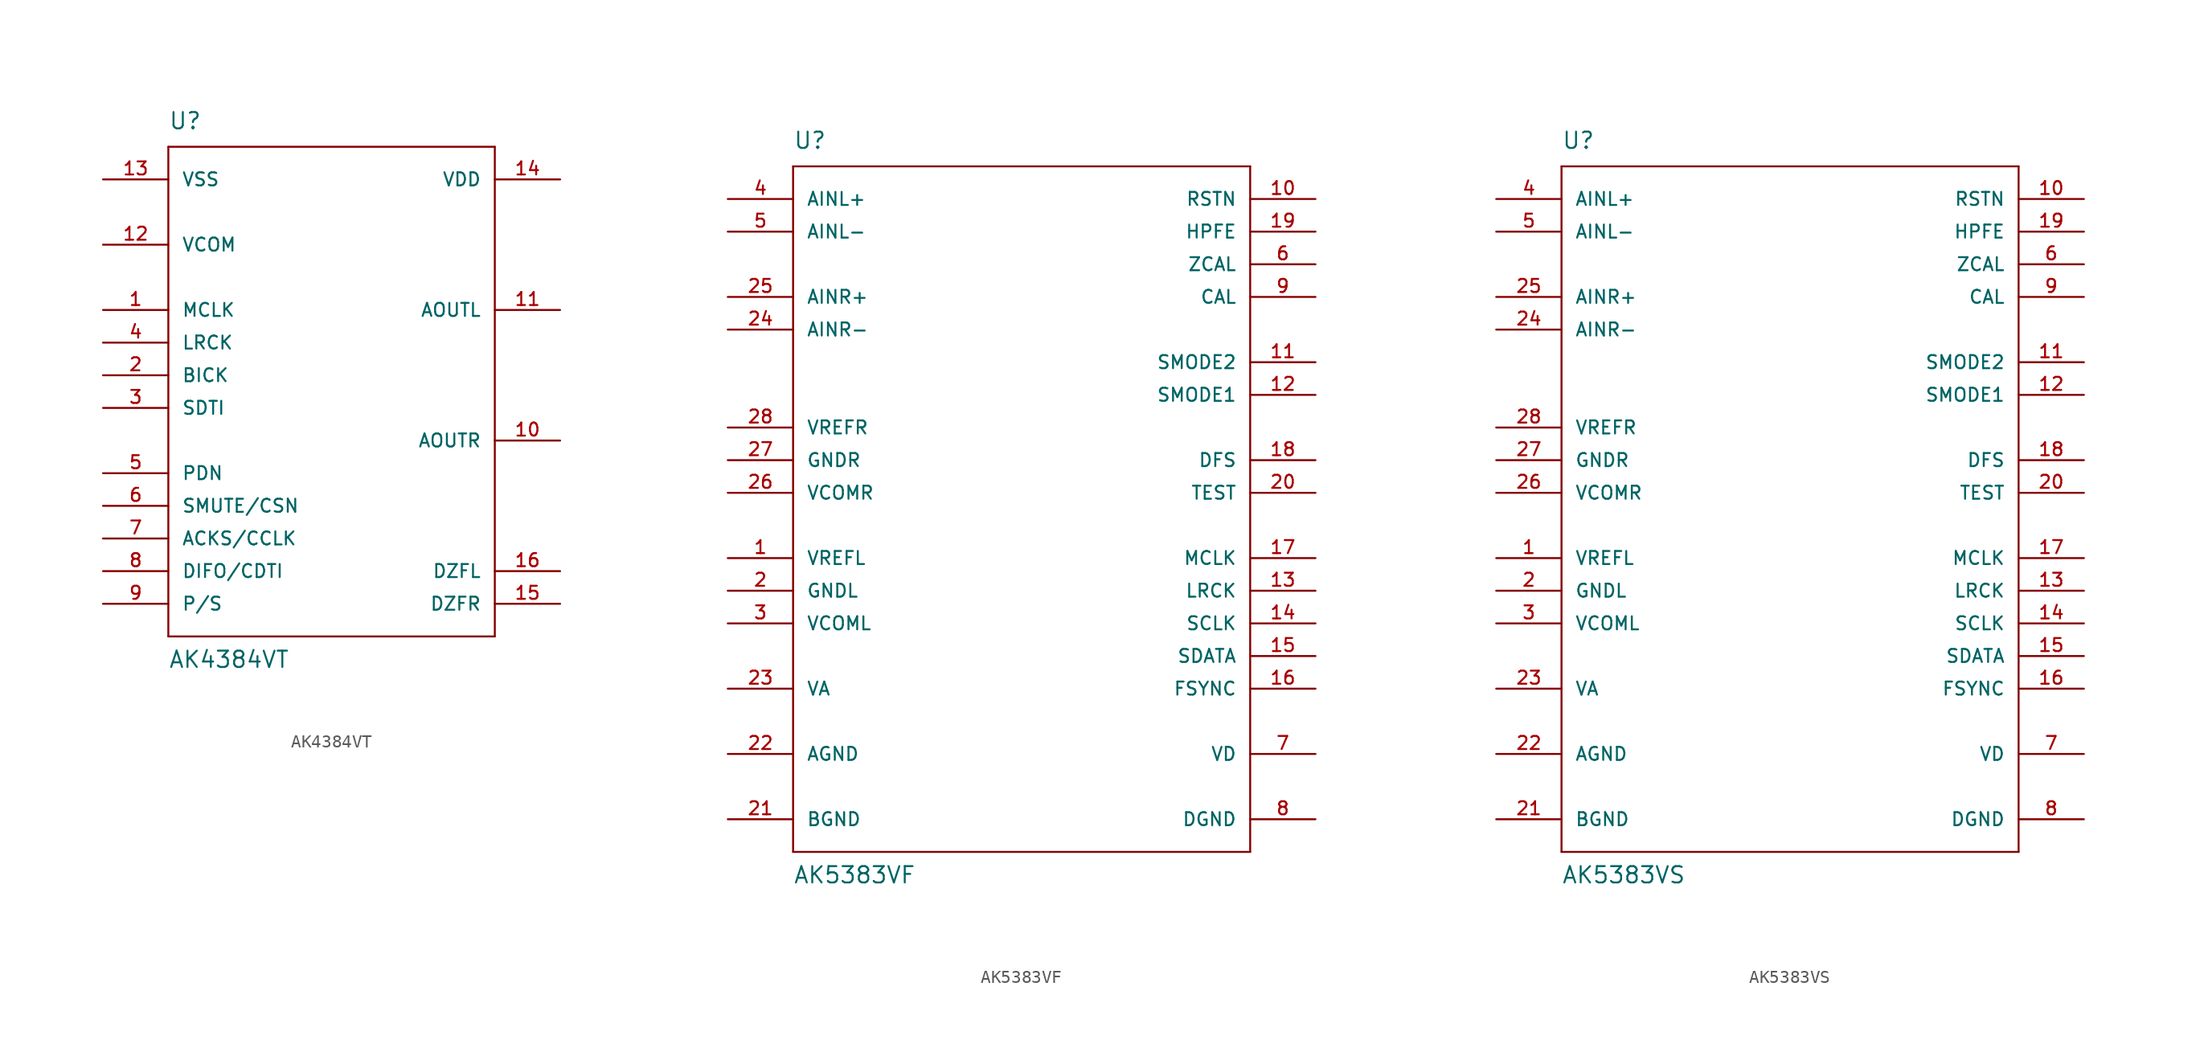
<source format=kicad_sym>
(kicad_symbol_lib
  (version 20211014)
  (generator kicad_symbol_editor)
  (symbol "AK4384VT"
    (pin_names
      (offset 1.016))
    (property "Reference" "U"
      (at -12.7 19.05 0)
      (effects (font (size 1.27 1.27)) (justify left bottom)))
    (property "Value" "AK4384VT"
      (at -12.7 -22.86 0)
      (effects (font (size 1.27 1.27)) (justify left bottom)))
    (property "ki_locked" ""
      (at 0 0 0)
      (effects (font (size 1.27 1.27))))
    (symbol "AK4384VT_1_0"
      (polyline (pts (xy -12.7 -20.32) (xy -12.7 17.78)) (stroke (width 0) (type default) (color 0 0 0 0)) (fill (type none)))
      (polyline (pts (xy -12.7 17.78) (xy 12.7 17.78)) (stroke (width 0) (type default) (color 0 0 0 0)) (fill (type none)))
      (polyline (pts (xy 12.7 -20.32) (xy -12.7 -20.32)) (stroke (width 0) (type default) (color 0 0 0 0)) (fill (type none)))
      (polyline (pts (xy 12.7 17.78) (xy 12.7 -20.32)) (stroke (width 0) (type default) (color 0 0 0 0)) (fill (type none))))
    (symbol "AK4384VT_1_1"
      (pin input line (at -17.78 5.08 0) (length 5.08) (name "MCLK" (effects (font (size 1.016 1.016)))) (number "1" (effects (font (size 1.016 1.016)))))
      (pin passive line (at 17.78 -5.08 180) (length 5.08) (name "AOUTR" (effects (font (size 1.016 1.016)))) (number "10" (effects (font (size 1.016 1.016)))))
      (pin passive line (at 17.78 5.08 180) (length 5.08) (name "AOUTL" (effects (font (size 1.016 1.016)))) (number "11" (effects (font (size 1.016 1.016)))))
      (pin passive line (at -17.78 10.16 0) (length 5.08) (name "VCOM" (effects (font (size 1.016 1.016)))) (number "12" (effects (font (size 1.016 1.016)))))
      (pin power_in line (at -17.78 15.24 0) (length 5.08) (name "VSS" (effects (font (size 1.016 1.016)))) (number "13" (effects (font (size 1.016 1.016)))))
      (pin power_in line (at 17.78 15.24 180) (length 5.08) (name "VDD" (effects (font (size 1.016 1.016)))) (number "14" (effects (font (size 1.016 1.016)))))
      (pin output line (at 17.78 -17.78 180) (length 5.08) (name "DZFR" (effects (font (size 1.016 1.016)))) (number "15" (effects (font (size 1.016 1.016)))))
      (pin output line (at 17.78 -15.24 180) (length 5.08) (name "DZFL" (effects (font (size 1.016 1.016)))) (number "16" (effects (font (size 1.016 1.016)))))
      (pin input line (at -17.78 0 0) (length 5.08) (name "BICK" (effects (font (size 1.016 1.016)))) (number "2" (effects (font (size 1.016 1.016)))))
      (pin input line (at -17.78 -2.54 0) (length 5.08) (name "SDTI" (effects (font (size 1.016 1.016)))) (number "3" (effects (font (size 1.016 1.016)))))
      (pin input line (at -17.78 2.54 0) (length 5.08) (name "LRCK" (effects (font (size 1.016 1.016)))) (number "4" (effects (font (size 1.016 1.016)))))
      (pin input line (at -17.78 -7.62 0) (length 5.08) (name "PDN" (effects (font (size 1.016 1.016)))) (number "5" (effects (font (size 1.016 1.016)))))
      (pin input line (at -17.78 -10.16 0) (length 5.08) (name "SMUTE/CSN" (effects (font (size 1.016 1.016)))) (number "6" (effects (font (size 1.016 1.016)))))
      (pin input line (at -17.78 -12.7 0) (length 5.08) (name "ACKS/CCLK" (effects (font (size 1.016 1.016)))) (number "7" (effects (font (size 1.016 1.016)))))
      (pin input line (at -17.78 -15.24 0) (length 5.08) (name "DIFO/CDTI" (effects (font (size 1.016 1.016)))) (number "8" (effects (font (size 1.016 1.016)))))
      (pin input line (at -17.78 -17.78 0) (length 5.08) (name "P/S" (effects (font (size 1.016 1.016)))) (number "9" (effects (font (size 1.016 1.016)))))))
  (symbol "AK5383VF"
    (pin_names
      (offset 1.016))
    (property "Reference" "U"
      (at -17.78 26.67 0)
      (effects (font (size 1.27 1.27)) (justify left bottom)))
    (property "Value" "AK5383VF"
      (at -17.78 -30.48 0)
      (effects (font (size 1.27 1.27)) (justify left bottom)))
    (property "ki_locked" ""
      (at 0 0 0)
      (effects (font (size 1.27 1.27))))
    (symbol "AK5383VF_1_0"
      (polyline (pts (xy -17.78 -27.94) (xy -17.78 25.4)) (stroke (width 0) (type default) (color 0 0 0 0)) (fill (type none)))
      (polyline (pts (xy -17.78 25.4) (xy 17.78 25.4)) (stroke (width 0) (type default) (color 0 0 0 0)) (fill (type none)))
      (polyline (pts (xy 17.78 -27.94) (xy -17.78 -27.94)) (stroke (width 0) (type default) (color 0 0 0 0)) (fill (type none)))
      (polyline (pts (xy 17.78 25.4) (xy 17.78 -27.94)) (stroke (width 0) (type default) (color 0 0 0 0)) (fill (type none))))
    (symbol "AK5383VF_1_1"
      (pin output line (at -22.86 -5.08 0) (length 5.08) (name "VREFL" (effects (font (size 1.016 1.016)))) (number "1" (effects (font (size 1.016 1.016)))))
      (pin input line (at 22.86 22.86 180) (length 5.08) (name "RSTN" (effects (font (size 1.016 1.016)))) (number "10" (effects (font (size 1.016 1.016)))))
      (pin input line (at 22.86 10.16 180) (length 5.08) (name "SMODE2" (effects (font (size 1.016 1.016)))) (number "11" (effects (font (size 1.016 1.016)))))
      (pin input line (at 22.86 7.62 180) (length 5.08) (name "SMODE1" (effects (font (size 1.016 1.016)))) (number "12" (effects (font (size 1.016 1.016)))))
      (pin bidirectional line (at 22.86 -7.62 180) (length 5.08) (name "LRCK" (effects (font (size 1.016 1.016)))) (number "13" (effects (font (size 1.016 1.016)))))
      (pin bidirectional line (at 22.86 -10.16 180) (length 5.08) (name "SCLK" (effects (font (size 1.016 1.016)))) (number "14" (effects (font (size 1.016 1.016)))))
      (pin output line (at 22.86 -12.7 180) (length 5.08) (name "SDATA" (effects (font (size 1.016 1.016)))) (number "15" (effects (font (size 1.016 1.016)))))
      (pin bidirectional line (at 22.86 -15.24 180) (length 5.08) (name "FSYNC" (effects (font (size 1.016 1.016)))) (number "16" (effects (font (size 1.016 1.016)))))
      (pin input line (at 22.86 -5.08 180) (length 5.08) (name "MCLK" (effects (font (size 1.016 1.016)))) (number "17" (effects (font (size 1.016 1.016)))))
      (pin input line (at 22.86 2.54 180) (length 5.08) (name "DFS" (effects (font (size 1.016 1.016)))) (number "18" (effects (font (size 1.016 1.016)))))
      (pin input line (at 22.86 20.32 180) (length 5.08) (name "HPFE" (effects (font (size 1.016 1.016)))) (number "19" (effects (font (size 1.016 1.016)))))
      (pin passive line (at -22.86 -7.62 0) (length 5.08) (name "GNDL" (effects (font (size 1.016 1.016)))) (number "2" (effects (font (size 1.016 1.016)))))
      (pin input line (at 22.86 0 180) (length 5.08) (name "TEST" (effects (font (size 1.016 1.016)))) (number "20" (effects (font (size 1.016 1.016)))))
      (pin power_in line (at -22.86 -25.4 0) (length 5.08) (name "BGND" (effects (font (size 1.016 1.016)))) (number "21" (effects (font (size 1.016 1.016)))))
      (pin power_in line (at -22.86 -20.32 0) (length 5.08) (name "AGND" (effects (font (size 1.016 1.016)))) (number "22" (effects (font (size 1.016 1.016)))))
      (pin power_in line (at -22.86 -15.24 0) (length 5.08) (name "VA" (effects (font (size 1.016 1.016)))) (number "23" (effects (font (size 1.016 1.016)))))
      (pin input line (at -22.86 12.7 0) (length 5.08) (name "AINR-" (effects (font (size 1.016 1.016)))) (number "24" (effects (font (size 1.016 1.016)))))
      (pin input line (at -22.86 15.24 0) (length 5.08) (name "AINR+" (effects (font (size 1.016 1.016)))) (number "25" (effects (font (size 1.016 1.016)))))
      (pin output line (at -22.86 0 0) (length 5.08) (name "VCOMR" (effects (font (size 1.016 1.016)))) (number "26" (effects (font (size 1.016 1.016)))))
      (pin passive line (at -22.86 2.54 0) (length 5.08) (name "GNDR" (effects (font (size 1.016 1.016)))) (number "27" (effects (font (size 1.016 1.016)))))
      (pin output line (at -22.86 5.08 0) (length 5.08) (name "VREFR" (effects (font (size 1.016 1.016)))) (number "28" (effects (font (size 1.016 1.016)))))
      (pin output line (at -22.86 -10.16 0) (length 5.08) (name "VCOML" (effects (font (size 1.016 1.016)))) (number "3" (effects (font (size 1.016 1.016)))))
      (pin input line (at -22.86 22.86 0) (length 5.08) (name "AINL+" (effects (font (size 1.016 1.016)))) (number "4" (effects (font (size 1.016 1.016)))))
      (pin input line (at -22.86 20.32 0) (length 5.08) (name "AINL-" (effects (font (size 1.016 1.016)))) (number "5" (effects (font (size 1.016 1.016)))))
      (pin input line (at 22.86 17.78 180) (length 5.08) (name "ZCAL" (effects (font (size 1.016 1.016)))) (number "6" (effects (font (size 1.016 1.016)))))
      (pin power_in line (at 22.86 -20.32 180) (length 5.08) (name "VD" (effects (font (size 1.016 1.016)))) (number "7" (effects (font (size 1.016 1.016)))))
      (pin power_in line (at 22.86 -25.4 180) (length 5.08) (name "DGND" (effects (font (size 1.016 1.016)))) (number "8" (effects (font (size 1.016 1.016)))))
      (pin output line (at 22.86 15.24 180) (length 5.08) (name "CAL" (effects (font (size 1.016 1.016)))) (number "9" (effects (font (size 1.016 1.016)))))))
  (symbol "AK5383VS"
    (pin_names
      (offset 1.016))
    (property "Reference" "U"
      (at -17.78 26.67 0)
      (effects (font (size 1.27 1.27)) (justify left bottom)))
    (property "Value" "AK5383VS"
      (at -17.78 -30.48 0)
      (effects (font (size 1.27 1.27)) (justify left bottom)))
    (property "ki_locked" ""
      (at 0 0 0)
      (effects (font (size 1.27 1.27))))
    (symbol "AK5383VS_1_0"
      (polyline (pts (xy -17.78 -27.94) (xy -17.78 25.4)) (stroke (width 0) (type default) (color 0 0 0 0)) (fill (type none)))
      (polyline (pts (xy -17.78 25.4) (xy 17.78 25.4)) (stroke (width 0) (type default) (color 0 0 0 0)) (fill (type none)))
      (polyline (pts (xy 17.78 -27.94) (xy -17.78 -27.94)) (stroke (width 0) (type default) (color 0 0 0 0)) (fill (type none)))
      (polyline (pts (xy 17.78 25.4) (xy 17.78 -27.94)) (stroke (width 0) (type default) (color 0 0 0 0)) (fill (type none))))
    (symbol "AK5383VS_1_1"
      (pin output line (at -22.86 -5.08 0) (length 5.08) (name "VREFL" (effects (font (size 1.016 1.016)))) (number "1" (effects (font (size 1.016 1.016)))))
      (pin input line (at 22.86 22.86 180) (length 5.08) (name "RSTN" (effects (font (size 1.016 1.016)))) (number "10" (effects (font (size 1.016 1.016)))))
      (pin input line (at 22.86 10.16 180) (length 5.08) (name "SMODE2" (effects (font (size 1.016 1.016)))) (number "11" (effects (font (size 1.016 1.016)))))
      (pin input line (at 22.86 7.62 180) (length 5.08) (name "SMODE1" (effects (font (size 1.016 1.016)))) (number "12" (effects (font (size 1.016 1.016)))))
      (pin bidirectional line (at 22.86 -7.62 180) (length 5.08) (name "LRCK" (effects (font (size 1.016 1.016)))) (number "13" (effects (font (size 1.016 1.016)))))
      (pin bidirectional line (at 22.86 -10.16 180) (length 5.08) (name "SCLK" (effects (font (size 1.016 1.016)))) (number "14" (effects (font (size 1.016 1.016)))))
      (pin output line (at 22.86 -12.7 180) (length 5.08) (name "SDATA" (effects (font (size 1.016 1.016)))) (number "15" (effects (font (size 1.016 1.016)))))
      (pin bidirectional line (at 22.86 -15.24 180) (length 5.08) (name "FSYNC" (effects (font (size 1.016 1.016)))) (number "16" (effects (font (size 1.016 1.016)))))
      (pin input line (at 22.86 -5.08 180) (length 5.08) (name "MCLK" (effects (font (size 1.016 1.016)))) (number "17" (effects (font (size 1.016 1.016)))))
      (pin input line (at 22.86 2.54 180) (length 5.08) (name "DFS" (effects (font (size 1.016 1.016)))) (number "18" (effects (font (size 1.016 1.016)))))
      (pin input line (at 22.86 20.32 180) (length 5.08) (name "HPFE" (effects (font (size 1.016 1.016)))) (number "19" (effects (font (size 1.016 1.016)))))
      (pin passive line (at -22.86 -7.62 0) (length 5.08) (name "GNDL" (effects (font (size 1.016 1.016)))) (number "2" (effects (font (size 1.016 1.016)))))
      (pin input line (at 22.86 0 180) (length 5.08) (name "TEST" (effects (font (size 1.016 1.016)))) (number "20" (effects (font (size 1.016 1.016)))))
      (pin power_in line (at -22.86 -25.4 0) (length 5.08) (name "BGND" (effects (font (size 1.016 1.016)))) (number "21" (effects (font (size 1.016 1.016)))))
      (pin power_in line (at -22.86 -20.32 0) (length 5.08) (name "AGND" (effects (font (size 1.016 1.016)))) (number "22" (effects (font (size 1.016 1.016)))))
      (pin power_in line (at -22.86 -15.24 0) (length 5.08) (name "VA" (effects (font (size 1.016 1.016)))) (number "23" (effects (font (size 1.016 1.016)))))
      (pin input line (at -22.86 12.7 0) (length 5.08) (name "AINR-" (effects (font (size 1.016 1.016)))) (number "24" (effects (font (size 1.016 1.016)))))
      (pin input line (at -22.86 15.24 0) (length 5.08) (name "AINR+" (effects (font (size 1.016 1.016)))) (number "25" (effects (font (size 1.016 1.016)))))
      (pin output line (at -22.86 0 0) (length 5.08) (name "VCOMR" (effects (font (size 1.016 1.016)))) (number "26" (effects (font (size 1.016 1.016)))))
      (pin passive line (at -22.86 2.54 0) (length 5.08) (name "GNDR" (effects (font (size 1.016 1.016)))) (number "27" (effects (font (size 1.016 1.016)))))
      (pin output line (at -22.86 5.08 0) (length 5.08) (name "VREFR" (effects (font (size 1.016 1.016)))) (number "28" (effects (font (size 1.016 1.016)))))
      (pin output line (at -22.86 -10.16 0) (length 5.08) (name "VCOML" (effects (font (size 1.016 1.016)))) (number "3" (effects (font (size 1.016 1.016)))))
      (pin input line (at -22.86 22.86 0) (length 5.08) (name "AINL+" (effects (font (size 1.016 1.016)))) (number "4" (effects (font (size 1.016 1.016)))))
      (pin input line (at -22.86 20.32 0) (length 5.08) (name "AINL-" (effects (font (size 1.016 1.016)))) (number "5" (effects (font (size 1.016 1.016)))))
      (pin input line (at 22.86 17.78 180) (length 5.08) (name "ZCAL" (effects (font (size 1.016 1.016)))) (number "6" (effects (font (size 1.016 1.016)))))
      (pin power_in line (at 22.86 -20.32 180) (length 5.08) (name "VD" (effects (font (size 1.016 1.016)))) (number "7" (effects (font (size 1.016 1.016)))))
      (pin power_in line (at 22.86 -25.4 180) (length 5.08) (name "DGND" (effects (font (size 1.016 1.016)))) (number "8" (effects (font (size 1.016 1.016)))))
      (pin output line (at 22.86 15.24 180) (length 5.08) (name "CAL" (effects (font (size 1.016 1.016)))) (number "9" (effects (font (size 1.016 1.016))))))))
</source>
